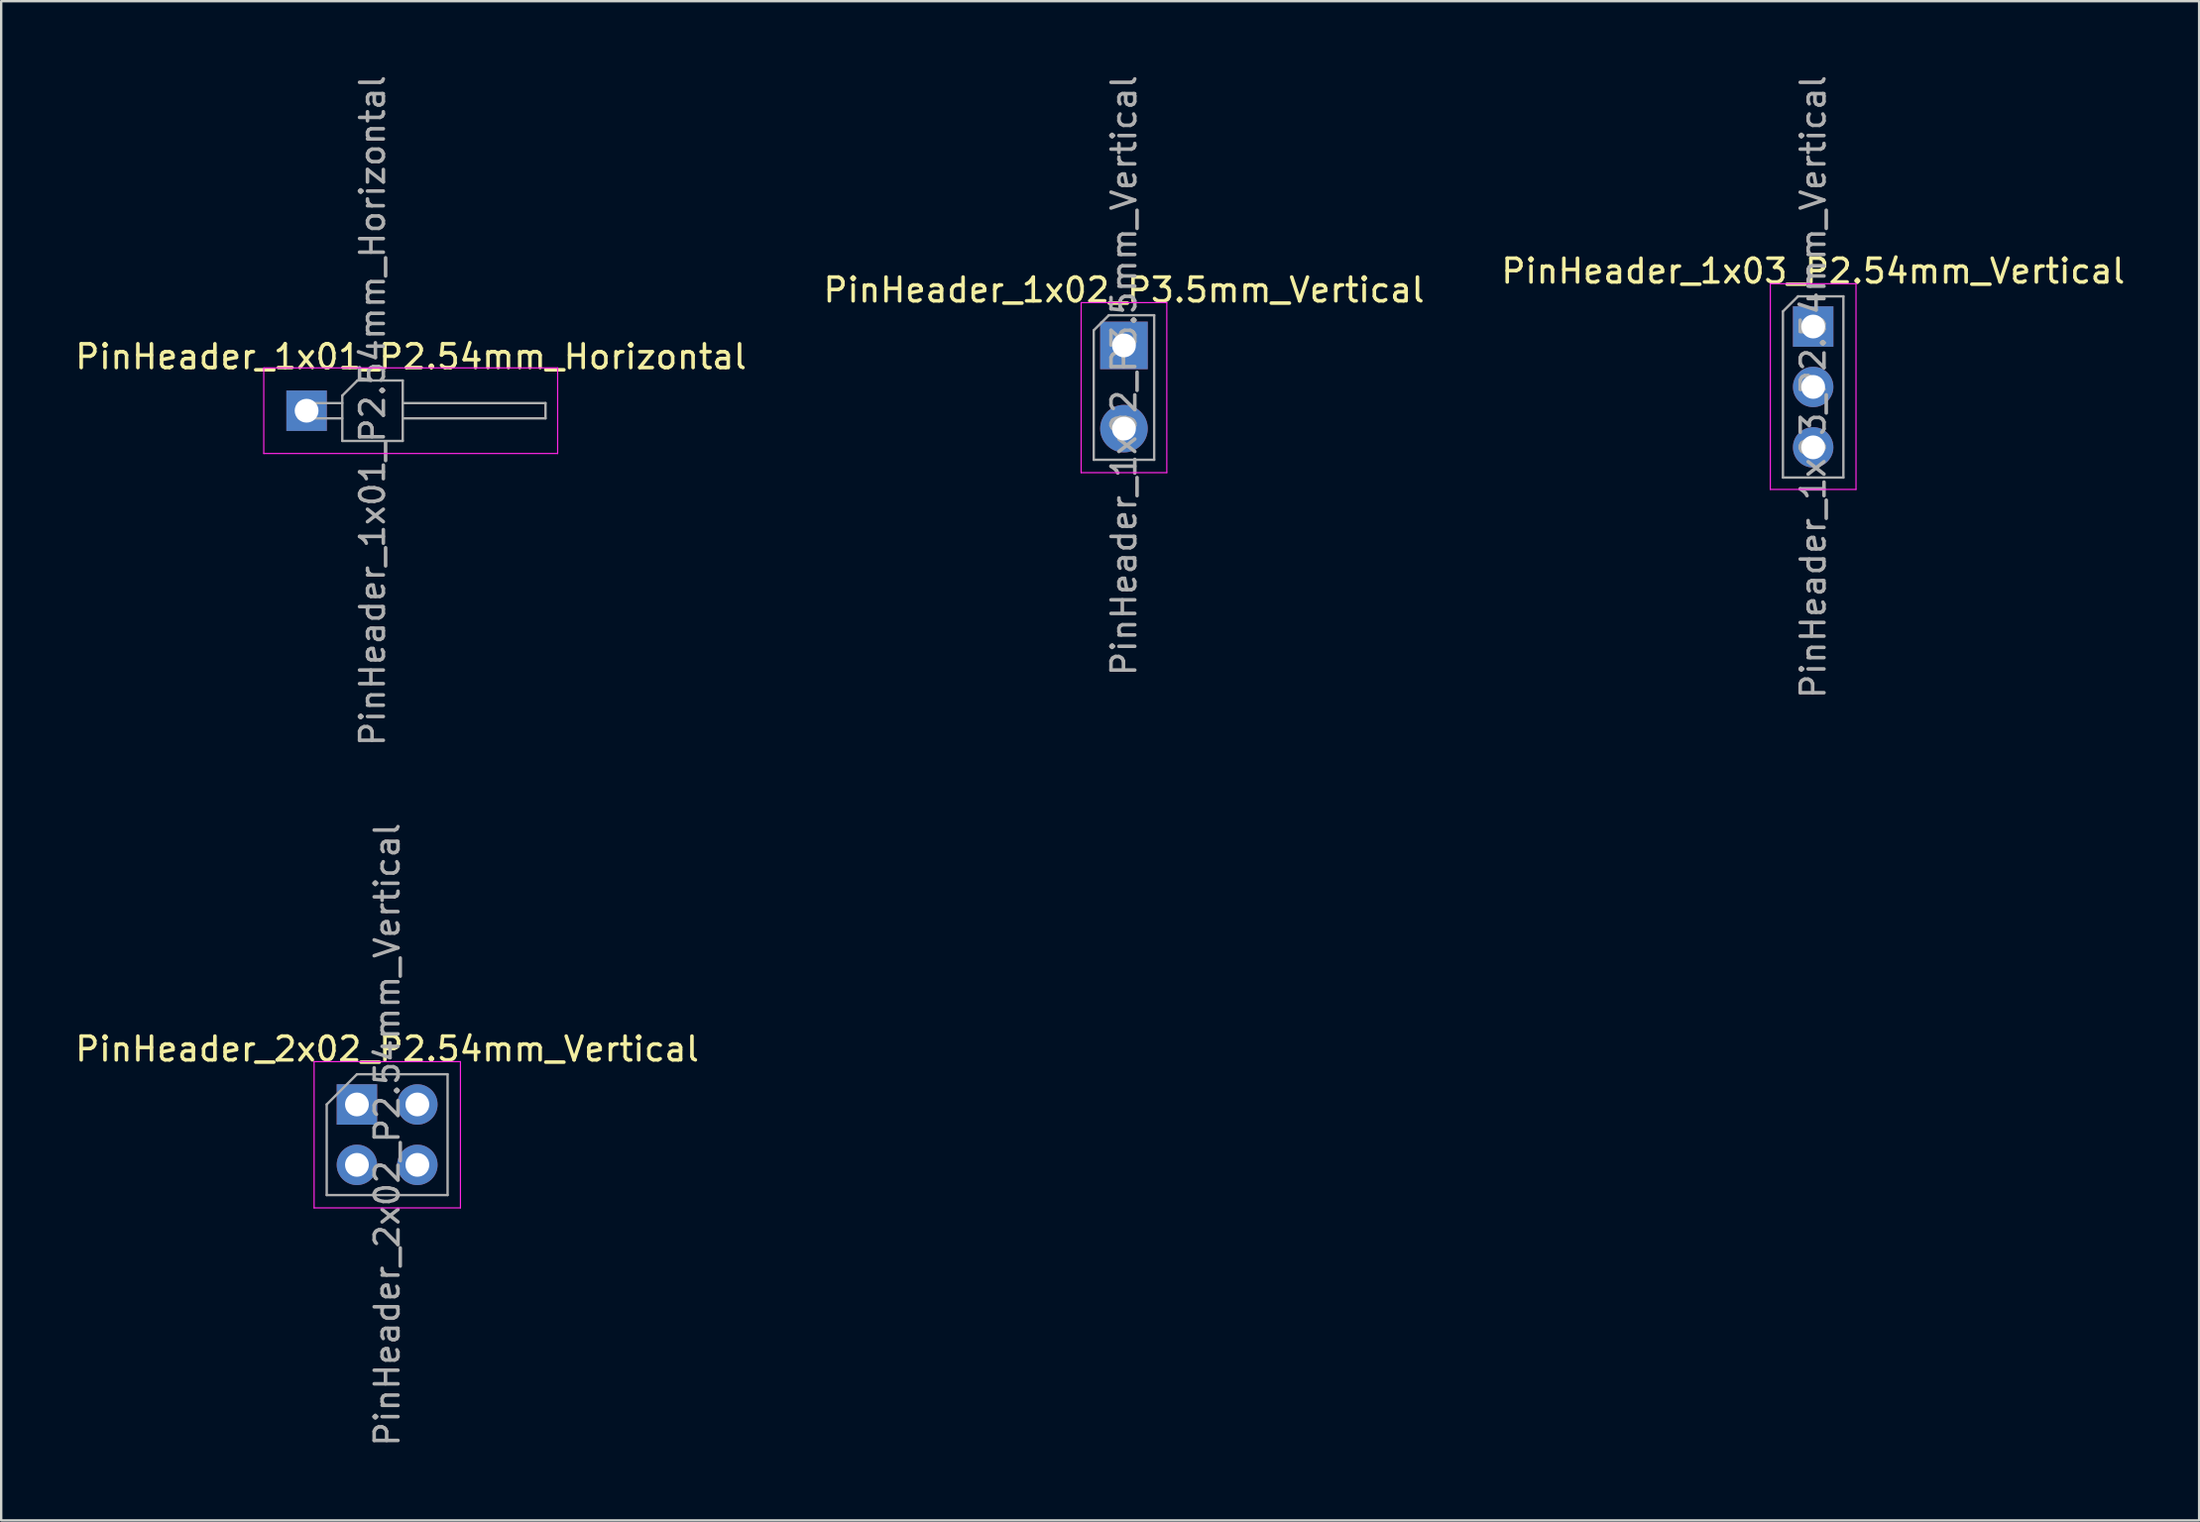
<source format=kicad_pcb>
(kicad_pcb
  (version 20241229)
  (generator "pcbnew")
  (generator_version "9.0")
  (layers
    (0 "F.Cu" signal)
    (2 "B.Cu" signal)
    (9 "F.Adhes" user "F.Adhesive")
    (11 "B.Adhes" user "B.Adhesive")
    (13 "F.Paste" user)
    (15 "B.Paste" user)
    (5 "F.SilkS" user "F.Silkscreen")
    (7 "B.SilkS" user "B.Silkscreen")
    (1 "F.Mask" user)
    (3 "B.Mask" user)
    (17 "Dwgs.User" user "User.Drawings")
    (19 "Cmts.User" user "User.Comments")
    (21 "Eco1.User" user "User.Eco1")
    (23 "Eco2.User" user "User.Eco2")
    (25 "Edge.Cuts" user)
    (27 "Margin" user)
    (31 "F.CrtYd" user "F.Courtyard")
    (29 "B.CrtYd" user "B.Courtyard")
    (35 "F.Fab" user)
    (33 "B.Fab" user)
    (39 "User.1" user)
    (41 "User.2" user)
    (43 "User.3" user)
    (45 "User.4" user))
  (footprint "PinHeader_1x03_P2.54mm_Vertical"
    (layer "F.Cu")
    (at 73.149 10.68)
    (property "Reference" "PinHeader_1x03_P2.54mm_Vertical" (at 0 -2.33 0) (layer "F.SilkS") (effects (font (size 1 1) (thickness 0.15))))
    (attr through_hole)
    (fp_line (start -1.8 -1.8) (end -1.8 6.85) (stroke (width 0.05) (type solid)) (layer "F.CrtYd"))
    (fp_line (start -1.8 6.85) (end 1.8 6.85) (stroke (width 0.05) (type solid)) (layer "F.CrtYd"))
    (fp_line (start 1.8 -1.8) (end -1.8 -1.8) (stroke (width 0.05) (type solid)) (layer "F.CrtYd"))
    (fp_line (start 1.8 6.85) (end 1.8 -1.8) (stroke (width 0.05) (type solid)) (layer "F.CrtYd"))
    (fp_line (start -1.27 -0.635) (end -0.635 -1.27) (stroke (width 0.1) (type solid)) (layer "F.Fab"))
    (fp_line (start -1.27 6.35) (end -1.27 -0.635) (stroke (width 0.1) (type solid)) (layer "F.Fab"))
    (fp_line (start -0.635 -1.27) (end 1.27 -1.27) (stroke (width 0.1) (type solid)) (layer "F.Fab"))
    (fp_line (start 1.27 -1.27) (end 1.27 6.35) (stroke (width 0.1) (type solid)) (layer "F.Fab"))
    (fp_line (start 1.27 6.35) (end -1.27 6.35) (stroke (width 0.1) (type solid)) (layer "F.Fab"))
    (fp_text user "${REFERENCE}" (at 0 2.54 90) (layer "F.Fab") (effects (font (size 1 1) (thickness 0.15))))
    (pad "1" thru_hole rect (at 0 0) (size 1.7 1.7) (drill 1) (layers "*.Cu" "*.Mask"))
    (pad "2" thru_hole oval (at 0 2.54) (size 1.7 1.7) (drill 1) (layers "*.Cu" "*.Mask"))
    (pad "3" thru_hole oval (at 0 5.08) (size 1.7 1.7) (drill 1) (layers "*.Cu" "*.Mask")))
  (footprint "PinHeader_1x02_P3.5mm_Vertical"
    (layer "F.Cu")
    (at 44.185 11.474)
    (property "Reference" "PinHeader_1x02_P3.5mm_Vertical" (at 0 -2.33 0) (layer "F.SilkS") (effects (font (size 1 1) (thickness 0.15))))
    (attr through_hole)
    (fp_line (start -1.8 -1.8) (end -1.8 5.35) (stroke (width 0.05) (type solid)) (layer "F.CrtYd"))
    (fp_line (start -1.8 5.35) (end 1.8 5.35) (stroke (width 0.05) (type solid)) (layer "F.CrtYd"))
    (fp_line (start 1.8 -1.8) (end -1.8 -1.8) (stroke (width 0.05) (type solid)) (layer "F.CrtYd"))
    (fp_line (start 1.8 5.35) (end 1.8 -1.8) (stroke (width 0.05) (type solid)) (layer "F.CrtYd"))
    (fp_line (start -1.27 -0.635) (end -0.635 -1.27) (stroke (width 0.1) (type solid)) (layer "F.Fab"))
    (fp_line (start -1.27 4.81) (end -1.27 -0.635) (stroke (width 0.1) (type solid)) (layer "F.Fab"))
    (fp_line (start -0.635 -1.27) (end 1.27 -1.27) (stroke (width 0.1) (type solid)) (layer "F.Fab"))
    (fp_line (start 1.27 -1.27) (end 1.27 4.81) (stroke (width 0.1) (type solid)) (layer "F.Fab"))
    (fp_line (start 1.27 4.81) (end -1.27 4.81) (stroke (width 0.1) (type solid)) (layer "F.Fab"))
    (fp_text user "${REFERENCE}" (at 0 1.27 90) (layer "F.Fab") (effects (font (size 1 1) (thickness 0.15))))
    (pad "1" thru_hole rect (at 0 0) (size 2 2) (drill 1) (layers "*.Cu" "*.Mask"))
    (pad "2" thru_hole oval (at 0 3.5) (size 2 2) (drill 1) (layers "*.Cu" "*.Mask")))
  (footprint "PinHeader_2x02_P2.54mm_Vertical"
    (layer "F.Cu")
    (at 11.95 43.391)
    (property "Reference" "PinHeader_2x02_P2.54mm_Vertical" (at 1.27 -2.33 0) (layer "F.SilkS") (effects (font (size 1 1) (thickness 0.15))))
    (attr through_hole)
    (fp_line (start -1.8 -1.8) (end -1.8 4.35) (stroke (width 0.05) (type solid)) (layer "F.CrtYd"))
    (fp_line (start -1.8 4.35) (end 4.35 4.35) (stroke (width 0.05) (type solid)) (layer "F.CrtYd"))
    (fp_line (start 4.35 -1.8) (end -1.8 -1.8) (stroke (width 0.05) (type solid)) (layer "F.CrtYd"))
    (fp_line (start 4.35 4.35) (end 4.35 -1.8) (stroke (width 0.05) (type solid)) (layer "F.CrtYd"))
    (fp_line (start -1.27 0) (end 0 -1.27) (stroke (width 0.1) (type solid)) (layer "F.Fab"))
    (fp_line (start -1.27 3.81) (end -1.27 0) (stroke (width 0.1) (type solid)) (layer "F.Fab"))
    (fp_line (start 0 -1.27) (end 3.81 -1.27) (stroke (width 0.1) (type solid)) (layer "F.Fab"))
    (fp_line (start 3.81 -1.27) (end 3.81 3.81) (stroke (width 0.1) (type solid)) (layer "F.Fab"))
    (fp_line (start 3.81 3.81) (end -1.27 3.81) (stroke (width 0.1) (type solid)) (layer "F.Fab"))
    (fp_text user "${REFERENCE}" (at 1.27 1.27 90) (layer "F.Fab") (effects (font (size 1 1) (thickness 0.15))))
    (pad "1" thru_hole rect (at 0 0) (size 1.7 1.7) (drill 1) (layers "*.Cu" "*.Mask"))
    (pad "2" thru_hole oval (at 2.54 0) (size 1.7 1.7) (drill 1) (layers "*.Cu" "*.Mask"))
    (pad "3" thru_hole oval (at 0 2.54) (size 1.7 1.7) (drill 1) (layers "*.Cu" "*.Mask"))
    (pad "4" thru_hole oval (at 2.54 2.54) (size 1.7 1.7) (drill 1) (layers "*.Cu" "*.Mask")))
  (footprint "PinHeader_1x01_P2.54mm_Horizontal"
    (layer "F.Cu")
    (at 9.835 14.22)
    (property "Reference" "PinHeader_1x01_P2.54mm_Horizontal" (at 4.385 -2.27 0) (layer "F.SilkS") (effects (font (size 1 1) (thickness 0.15))))
    (attr through_hole)
    (fp_line (start -1.8 -1.8) (end -1.8 1.8) (stroke (width 0.05) (type solid)) (layer "F.CrtYd"))
    (fp_line (start -1.8 1.8) (end 10.55 1.8) (stroke (width 0.05) (type solid)) (layer "F.CrtYd"))
    (fp_line (start 10.55 -1.8) (end -1.8 -1.8) (stroke (width 0.05) (type solid)) (layer "F.CrtYd"))
    (fp_line (start 10.55 1.8) (end 10.55 -1.8) (stroke (width 0.05) (type solid)) (layer "F.CrtYd"))
    (fp_line (start -0.32 -0.32) (end -0.32 0.32) (stroke (width 0.1) (type solid)) (layer "F.Fab"))
    (fp_line (start -0.32 -0.32) (end 1.5 -0.32) (stroke (width 0.1) (type solid)) (layer "F.Fab"))
    (fp_line (start -0.32 0.32) (end 1.5 0.32) (stroke (width 0.1) (type solid)) (layer "F.Fab"))
    (fp_line (start 1.5 -0.635) (end 2.135 -1.27) (stroke (width 0.1) (type solid)) (layer "F.Fab"))
    (fp_line (start 1.5 1.27) (end 1.5 -0.635) (stroke (width 0.1) (type solid)) (layer "F.Fab"))
    (fp_line (start 2.135 -1.27) (end 4.04 -1.27) (stroke (width 0.1) (type solid)) (layer "F.Fab"))
    (fp_line (start 4.04 -1.27) (end 4.04 1.27) (stroke (width 0.1) (type solid)) (layer "F.Fab"))
    (fp_line (start 4.04 -0.32) (end 10.04 -0.32) (stroke (width 0.1) (type solid)) (layer "F.Fab"))
    (fp_line (start 4.04 0.32) (end 10.04 0.32) (stroke (width 0.1) (type solid)) (layer "F.Fab"))
    (fp_line (start 4.04 1.27) (end 1.5 1.27) (stroke (width 0.1) (type solid)) (layer "F.Fab"))
    (fp_line (start 10.04 -0.32) (end 10.04 0.32) (stroke (width 0.1) (type solid)) (layer "F.Fab"))
    (fp_text user "${REFERENCE}" (at 2.77 0 90) (layer "F.Fab") (effects (font (size 1 1) (thickness 0.15))))
    (pad "1" thru_hole rect (at 0 0) (size 1.7 1.7) (drill 1) (layers "*.Cu" "*.Mask")))
  (gr_rect
    (start -3 -3)
    (end 89.369 60.881)
    (stroke (width 0.1) (type default))
    (fill no)
    (layer "Edge.Cuts")))
</source>
